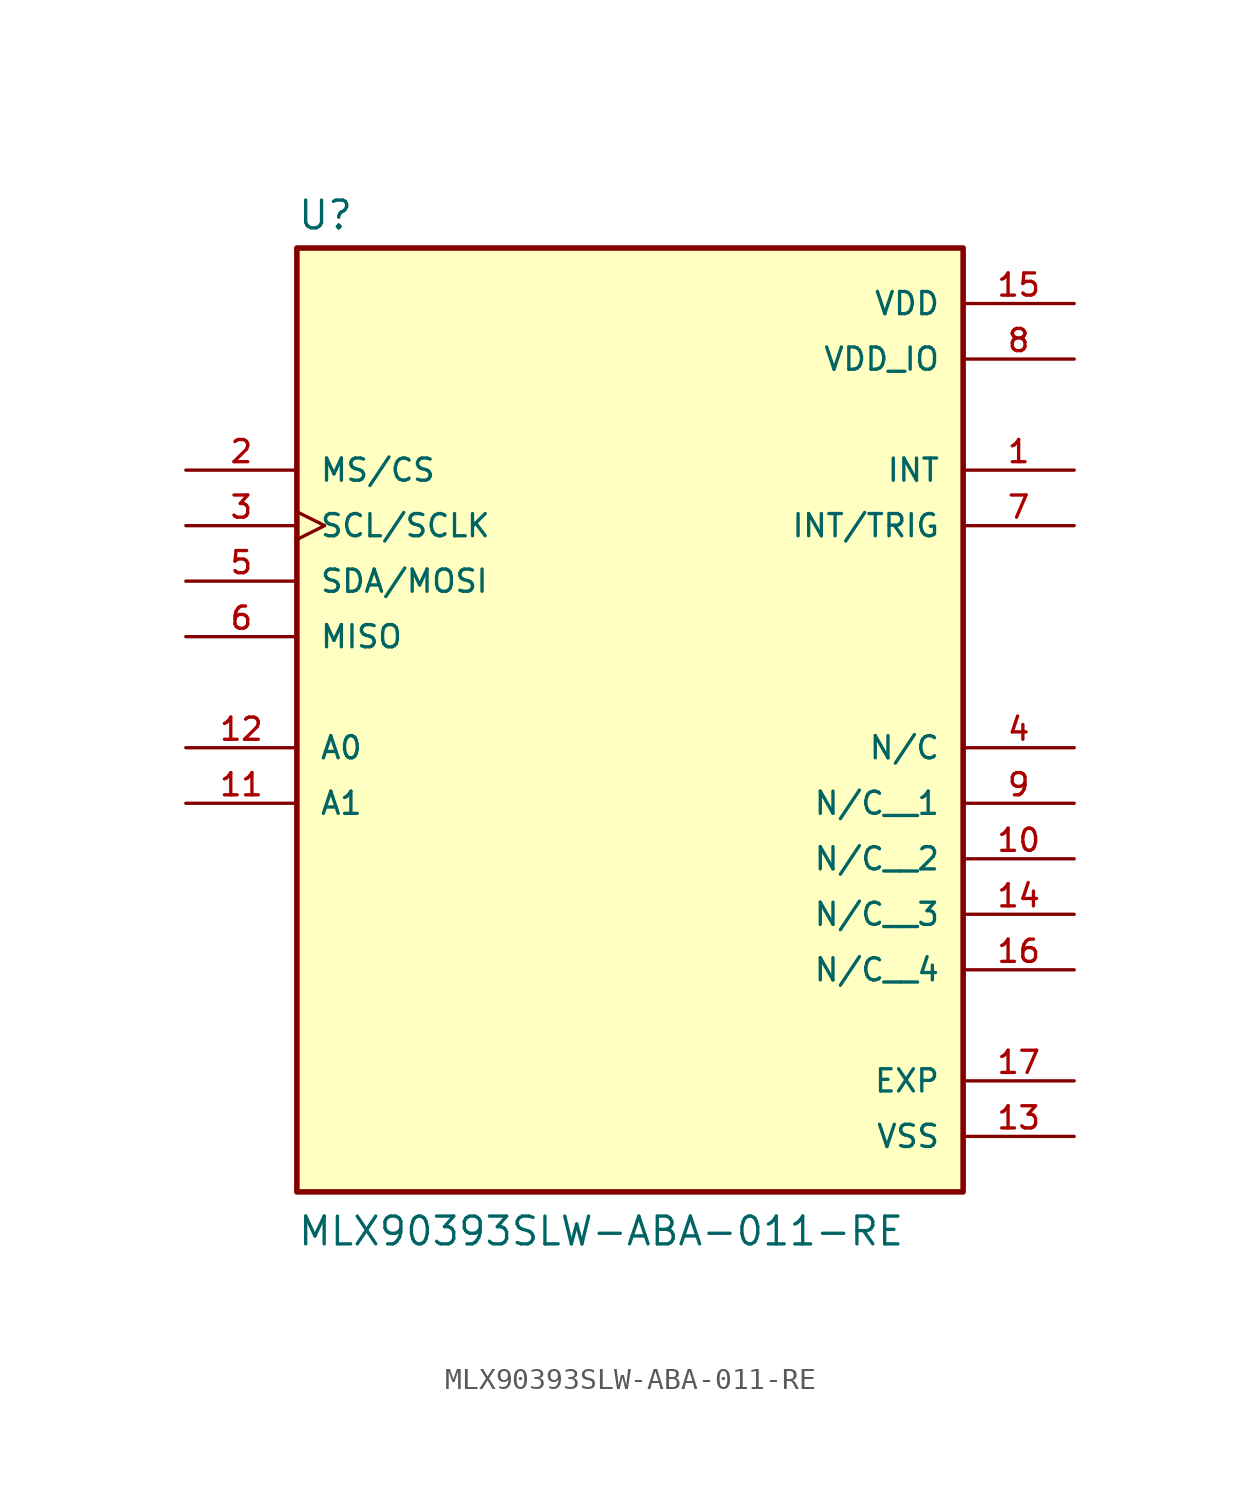
<source format=kicad_sym>
(kicad_symbol_lib
  (version 20211014)
  (generator kicad_symbol_editor)
  (symbol "MLX90393SLW-ABA-011-RE"
    (pin_names
      (offset 1.016))
    (property "Reference" "U"
      (at -15.24 16.002 0)
      (effects (font (size 1.27 1.27)) (justify bottom left)))
    (property "Value" "MLX90393SLW-ABA-011-RE"
      (at -15.24 -30.48 0)
      (effects (font (size 1.27 1.27)) (justify bottom left)))
    (symbol "MLX90393SLW-ABA-011-RE_0_0"
      (rectangle (start -15.24 -27.94) (end 15.24 15.24) (stroke (width 0.254)) (fill (type background)))
      (pin output line (at 20.32 5.08 180.0) (length 5.08) (name "INT" (effects (font (size 1.016 1.016)))) (number "1" (effects (font (size 1.016 1.016)))))
      (pin input line (at -20.32 5.08 0) (length 5.08) (name "MS/CS" (effects (font (size 1.016 1.016)))) (number "2" (effects (font (size 1.016 1.016)))))
      (pin input clock (at -20.32 2.54 0) (length 5.08) (name "SCL/SCLK" (effects (font (size 1.016 1.016)))) (number "3" (effects (font (size 1.016 1.016)))))
      (pin passive line (at 20.32 -7.62 180.0) (length 5.08) (name "N/C" (effects (font (size 1.016 1.016)))) (number "4" (effects (font (size 1.016 1.016)))))
      (pin bidirectional line (at -20.32 0.0 0) (length 5.08) (name "SDA/MOSI" (effects (font (size 1.016 1.016)))) (number "5" (effects (font (size 1.016 1.016)))))
      (pin output line (at -20.32 -2.54 0) (length 5.08) (name "MISO" (effects (font (size 1.016 1.016)))) (number "6" (effects (font (size 1.016 1.016)))))
      (pin bidirectional line (at 20.32 2.54 180.0) (length 5.08) (name "INT/TRIG" (effects (font (size 1.016 1.016)))) (number "7" (effects (font (size 1.016 1.016)))))
      (pin power_in line (at 20.32 10.16 180.0) (length 5.08) (name "VDD_IO" (effects (font (size 1.016 1.016)))) (number "8" (effects (font (size 1.016 1.016)))))
      (pin input line (at -20.32 -10.16 0) (length 5.08) (name "A1" (effects (font (size 1.016 1.016)))) (number "11" (effects (font (size 1.016 1.016)))))
      (pin input line (at -20.32 -7.62 0) (length 5.08) (name "A0" (effects (font (size 1.016 1.016)))) (number "12" (effects (font (size 1.016 1.016)))))
      (pin power_in line (at 20.32 -25.4 180.0) (length 5.08) (name "VSS" (effects (font (size 1.016 1.016)))) (number "13" (effects (font (size 1.016 1.016)))))
      (pin power_in line (at 20.32 12.7 180.0) (length 5.08) (name "VDD" (effects (font (size 1.016 1.016)))) (number "15" (effects (font (size 1.016 1.016)))))
      (pin passive line (at 20.32 -22.86 180.0) (length 5.08) (name "EXP" (effects (font (size 1.016 1.016)))) (number "17" (effects (font (size 1.016 1.016)))))
      (pin passive line (at 20.32 -10.16 180.0) (length 5.08) (name "N/C__1" (effects (font (size 1.016 1.016)))) (number "9" (effects (font (size 1.016 1.016)))))
      (pin passive line (at 20.32 -12.7 180.0) (length 5.08) (name "N/C__2" (effects (font (size 1.016 1.016)))) (number "10" (effects (font (size 1.016 1.016)))))
      (pin passive line (at 20.32 -15.24 180.0) (length 5.08) (name "N/C__3" (effects (font (size 1.016 1.016)))) (number "14" (effects (font (size 1.016 1.016)))))
      (pin passive line (at 20.32 -17.78 180.0) (length 5.08) (name "N/C__4" (effects (font (size 1.016 1.016)))) (number "16" (effects (font (size 1.016 1.016))))))))
</source>
